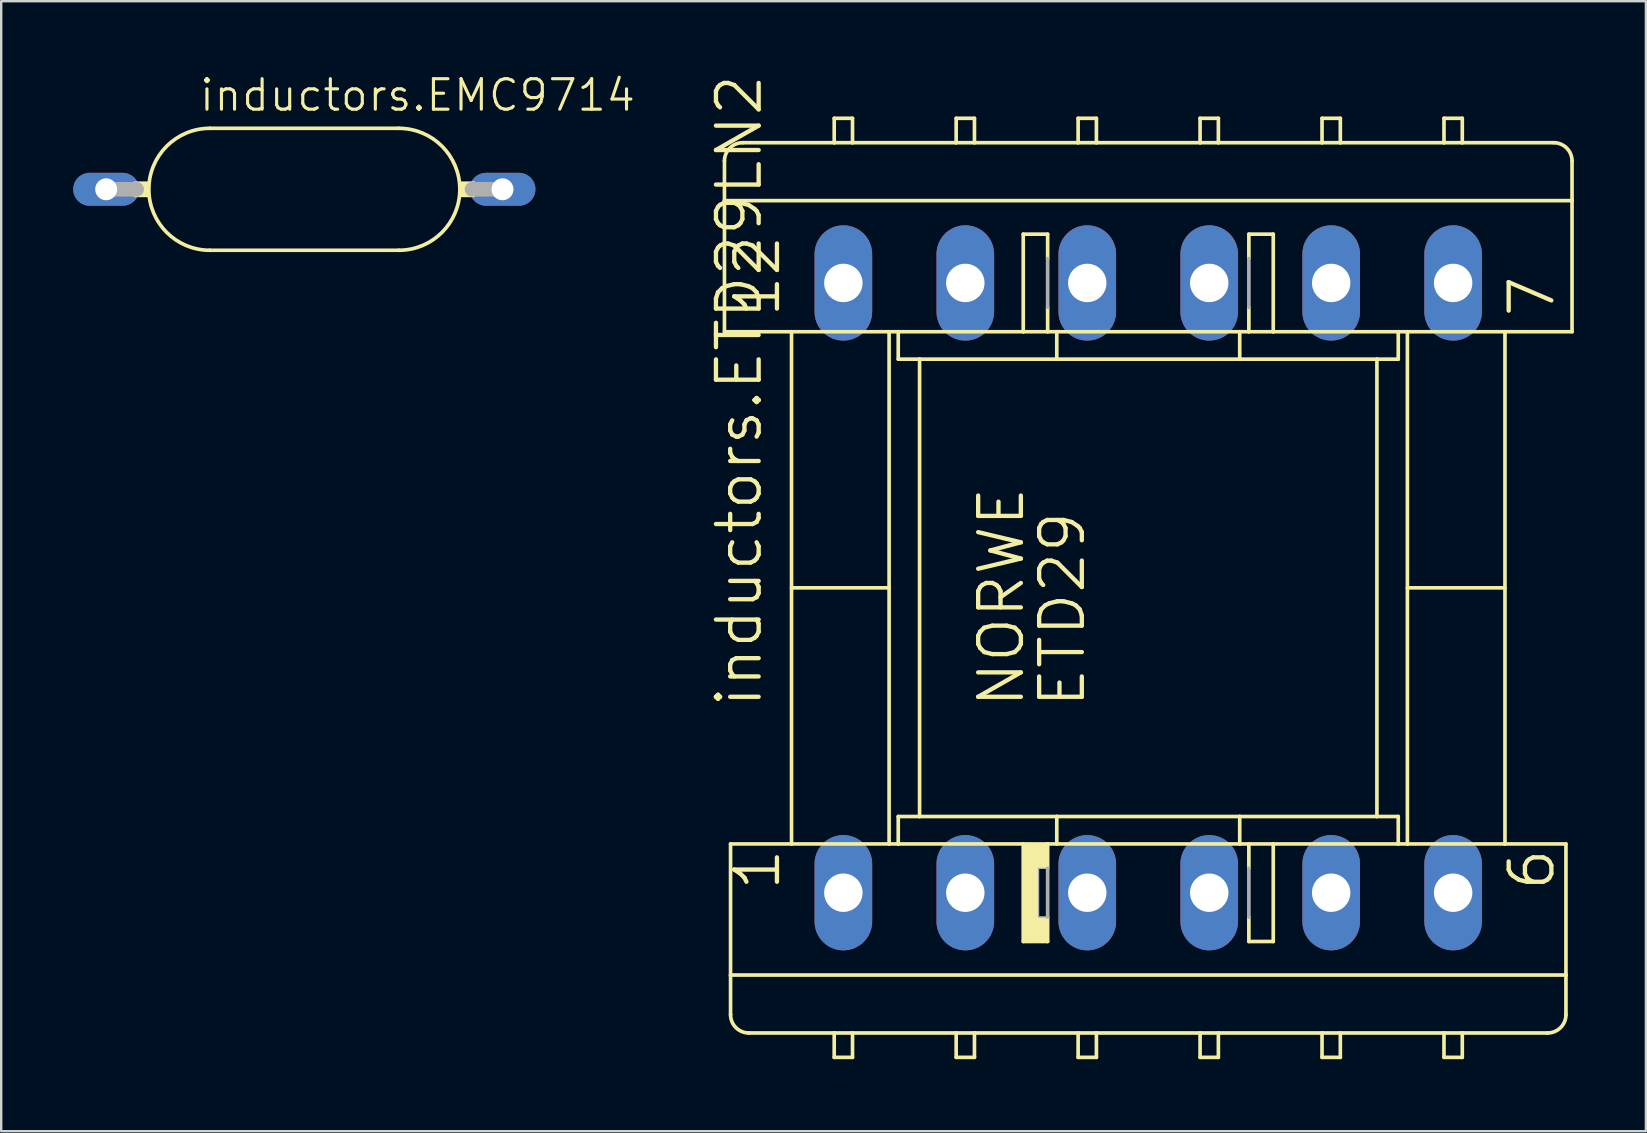
<source format=kicad_pcb>
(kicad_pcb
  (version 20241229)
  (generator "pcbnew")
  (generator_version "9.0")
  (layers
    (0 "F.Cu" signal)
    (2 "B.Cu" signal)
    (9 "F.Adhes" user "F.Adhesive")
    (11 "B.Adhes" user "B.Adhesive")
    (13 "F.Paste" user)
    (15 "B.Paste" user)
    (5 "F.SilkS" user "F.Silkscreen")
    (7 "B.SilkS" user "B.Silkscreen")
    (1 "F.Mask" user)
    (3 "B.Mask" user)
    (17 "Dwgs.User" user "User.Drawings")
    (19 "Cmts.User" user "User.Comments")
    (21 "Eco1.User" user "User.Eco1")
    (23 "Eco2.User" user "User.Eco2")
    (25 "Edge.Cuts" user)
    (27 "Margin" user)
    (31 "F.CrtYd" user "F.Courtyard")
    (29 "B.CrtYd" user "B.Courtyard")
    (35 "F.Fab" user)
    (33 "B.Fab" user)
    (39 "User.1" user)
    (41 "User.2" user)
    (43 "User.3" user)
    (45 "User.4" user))
  (footprint "inductors.EMC9714"
    (layer "F.Cu")
    (at 9.627 4.835)
    (property "Reference" "inductors.EMC9714" (at -4.445 -3.175 0) (layer "F.SilkS") (effects (font (size 1.27 1.27) (thickness 0.13)) (justify left bottom)))
    (attr through_hole)
    (fp_line (start -3.937 -2.54) (end 3.937 -2.54) (stroke (width 0.152) (type default)) (layer "F.SilkS"))
    (fp_line (start 3.937 2.54) (end -3.937 2.54) (stroke (width 0.152) (type default)) (layer "F.SilkS"))
    (fp_rect (start -7.087 0.305) (end -6.452 -0.305) (stroke (width 0.05) (type default)) (fill yes) (layer "F.SilkS"))
    (fp_rect (start 6.452 0.305) (end 7.087 -0.305) (stroke (width 0.05) (type default)) (fill yes) (layer "F.SilkS"))
    (fp_arc (start -3.937 2.54) (mid -6.477 0) (end -3.937 -2.54) (stroke (width 0.1524) (type default)) (layer "F.SilkS"))
    (fp_arc (start 3.937 -2.54) (mid 6.477 0) (end 3.937 2.54) (stroke (width 0.1524) (type default)) (layer "F.SilkS"))
    (fp_line (start -8.255 0) (end -6.985 0) (stroke (width 0.61) (type default)) (layer "F.Fab"))
    (fp_line (start 8.255 0) (end 6.985 0) (stroke (width 0.61) (type default)) (layer "F.Fab"))
    (pad "1" thru_hole oval (at -8.255 0) (size 2.743 1.372) (drill 0.914) (layers "*.Cu" "*.Mask"))
    (pad "2" thru_hole oval (at 8.255 0) (size 2.743 1.372) (drill 0.914) (layers "*.Cu" "*.Mask")))
  (footprint "inductors.ETD29LN2"
    (layer "F.Cu")
    (at 44.78 21.436)
    (property "Reference" "inductors.ETD29LN2" (at -16.002 5.08 90) (layer "F.SilkS") (effects (font (size 1.778 1.778) (thickness 0.18)) (justify left bottom)))
    (attr through_hole)
    (fp_line (start -17.653 -16.129) (end -17.653 -17.78) (stroke (width 0.152) (type default)) (layer "F.SilkS"))
    (fp_line (start -17.653 -16.129) (end 17.653 -16.129) (stroke (width 0.152) (type default)) (layer "F.SilkS"))
    (fp_line (start -17.653 -10.668) (end -17.653 -16.129) (stroke (width 0.152) (type default)) (layer "F.SilkS"))
    (fp_line (start -17.653 -10.668) (end -14.859 -10.668) (stroke (width 0.152) (type default)) (layer "F.SilkS"))
    (fp_line (start -17.399 10.668) (end -14.859 10.668) (stroke (width 0.152) (type default)) (layer "F.SilkS"))
    (fp_line (start -17.399 16.129) (end -17.399 10.668) (stroke (width 0.152) (type default)) (layer "F.SilkS"))
    (fp_line (start -17.399 17.78) (end -17.399 16.129) (stroke (width 0.152) (type default)) (layer "F.SilkS"))
    (fp_line (start -16.891 -18.542) (end -13.081 -18.542) (stroke (width 0.152) (type default)) (layer "F.SilkS"))
    (fp_line (start -14.859 -10.668) (end -10.795 -10.668) (stroke (width 0.152) (type default)) (layer "F.SilkS"))
    (fp_line (start -14.859 10.668) (end -14.859 -10.668) (stroke (width 0.152) (type default)) (layer "F.SilkS"))
    (fp_line (start -14.859 10.668) (end -10.795 10.668) (stroke (width 0.152) (type default)) (layer "F.SilkS"))
    (fp_line (start -13.081 -19.558) (end -13.081 -18.542) (stroke (width 0.152) (type default)) (layer "F.SilkS"))
    (fp_line (start -13.081 -18.542) (end -12.319 -18.542) (stroke (width 0.152) (type default)) (layer "F.SilkS"))
    (fp_line (start -13.081 18.542) (end -16.637 18.542) (stroke (width 0.152) (type default)) (layer "F.SilkS"))
    (fp_line (start -13.081 18.542) (end -13.081 19.558) (stroke (width 0.152) (type default)) (layer "F.SilkS"))
    (fp_line (start -13.081 19.558) (end -12.319 19.558) (stroke (width 0.152) (type default)) (layer "F.SilkS"))
    (fp_line (start -12.319 -19.558) (end -13.081 -19.558) (stroke (width 0.152) (type default)) (layer "F.SilkS"))
    (fp_line (start -12.319 -18.542) (end -12.319 -19.558) (stroke (width 0.152) (type default)) (layer "F.SilkS"))
    (fp_line (start -12.319 -18.542) (end -8.001 -18.542) (stroke (width 0.152) (type default)) (layer "F.SilkS"))
    (fp_line (start -12.319 18.542) (end -13.081 18.542) (stroke (width 0.152) (type default)) (layer "F.SilkS"))
    (fp_line (start -12.319 19.558) (end -12.319 18.542) (stroke (width 0.152) (type default)) (layer "F.SilkS"))
    (fp_line (start -10.795 -10.668) (end -10.414 -10.668) (stroke (width 0.152) (type default)) (layer "F.SilkS"))
    (fp_line (start -10.795 0) (end -14.859 0) (stroke (width 0.152) (type default)) (layer "F.SilkS"))
    (fp_line (start -10.795 10.668) (end -10.795 -10.668) (stroke (width 0.152) (type default)) (layer "F.SilkS"))
    (fp_line (start -10.795 10.668) (end -10.414 10.668) (stroke (width 0.152) (type default)) (layer "F.SilkS"))
    (fp_line (start -10.414 -10.668) (end -5.207 -10.668) (stroke (width 0.152) (type default)) (layer "F.SilkS"))
    (fp_line (start -10.414 -9.525) (end -10.414 -10.668) (stroke (width 0.152) (type default)) (layer "F.SilkS"))
    (fp_line (start -10.414 -9.525) (end -9.525 -9.525) (stroke (width 0.152) (type default)) (layer "F.SilkS"))
    (fp_line (start -10.414 9.525) (end -9.525 9.525) (stroke (width 0.152) (type default)) (layer "F.SilkS"))
    (fp_line (start -10.414 10.668) (end -10.414 9.525) (stroke (width 0.152) (type default)) (layer "F.SilkS"))
    (fp_line (start -10.414 10.668) (end -5.207 10.668) (stroke (width 0.152) (type default)) (layer "F.SilkS"))
    (fp_line (start -9.525 -9.525) (end -9.525 9.525) (stroke (width 0.152) (type default)) (layer "F.SilkS"))
    (fp_line (start -9.525 -9.525) (end -3.81 -9.525) (stroke (width 0.152) (type default)) (layer "F.SilkS"))
    (fp_line (start -9.525 9.525) (end -3.81 9.525) (stroke (width 0.152) (type default)) (layer "F.SilkS"))
    (fp_line (start -8.001 -19.558) (end -8.001 -18.542) (stroke (width 0.152) (type default)) (layer "F.SilkS"))
    (fp_line (start -8.001 -18.542) (end -7.239 -18.542) (stroke (width 0.152) (type default)) (layer "F.SilkS"))
    (fp_line (start -8.001 18.542) (end -12.319 18.542) (stroke (width 0.152) (type default)) (layer "F.SilkS"))
    (fp_line (start -8.001 18.542) (end -8.001 19.558) (stroke (width 0.152) (type default)) (layer "F.SilkS"))
    (fp_line (start -8.001 19.558) (end -7.239 19.558) (stroke (width 0.152) (type default)) (layer "F.SilkS"))
    (fp_line (start -7.239 -19.558) (end -8.001 -19.558) (stroke (width 0.152) (type default)) (layer "F.SilkS"))
    (fp_line (start -7.239 -18.542) (end -7.239 -19.558) (stroke (width 0.152) (type default)) (layer "F.SilkS"))
    (fp_line (start -7.239 -18.542) (end -2.921 -18.542) (stroke (width 0.152) (type default)) (layer "F.SilkS"))
    (fp_line (start -7.239 18.542) (end -8.001 18.542) (stroke (width 0.152) (type default)) (layer "F.SilkS"))
    (fp_line (start -7.239 19.558) (end -7.239 18.542) (stroke (width 0.152) (type default)) (layer "F.SilkS"))
    (fp_line (start -5.207 -14.732) (end -4.191 -14.732) (stroke (width 0.152) (type default)) (layer "F.SilkS"))
    (fp_line (start -5.207 -10.668) (end -5.207 -14.732) (stroke (width 0.152) (type default)) (layer "F.SilkS"))
    (fp_line (start -5.207 -10.668) (end -4.191 -10.668) (stroke (width 0.152) (type default)) (layer "F.SilkS"))
    (fp_line (start -5.207 10.668) (end -4.191 10.668) (stroke (width 0.152) (type default)) (layer "F.SilkS"))
    (fp_line (start -5.207 14.732) (end -5.207 10.668) (stroke (width 0.152) (type default)) (layer "F.SilkS"))
    (fp_line (start -5.207 14.732) (end -4.191 14.732) (stroke (width 0.152) (type default)) (layer "F.SilkS"))
    (fp_line (start -4.191 -13.716) (end -4.191 -14.732) (stroke (width 0.152) (type default)) (layer "F.SilkS"))
    (fp_line (start -4.191 -10.668) (end -4.191 -11.684) (stroke (width 0.152) (type default)) (layer "F.SilkS"))
    (fp_line (start -4.191 -10.668) (end -3.81 -10.668) (stroke (width 0.152) (type default)) (layer "F.SilkS"))
    (fp_line (start -4.191 10.668) (end -4.191 11.684) (stroke (width 0.152) (type default)) (layer "F.SilkS"))
    (fp_line (start -4.191 10.668) (end -3.81 10.668) (stroke (width 0.152) (type default)) (layer "F.SilkS"))
    (fp_line (start -4.191 13.716) (end -4.191 14.732) (stroke (width 0.152) (type default)) (layer "F.SilkS"))
    (fp_line (start -3.81 -10.668) (end 3.81 -10.668) (stroke (width 0.152) (type default)) (layer "F.SilkS"))
    (fp_line (start -3.81 -9.525) (end -3.81 -10.668) (stroke (width 0.152) (type default)) (layer "F.SilkS"))
    (fp_line (start -3.81 -9.525) (end 3.81 -9.525) (stroke (width 0.152) (type default)) (layer "F.SilkS"))
    (fp_line (start -3.81 9.525) (end -3.81 10.668) (stroke (width 0.152) (type default)) (layer "F.SilkS"))
    (fp_line (start -3.81 9.525) (end 3.81 9.525) (stroke (width 0.152) (type default)) (layer "F.SilkS"))
    (fp_line (start -3.81 10.668) (end 3.81 10.668) (stroke (width 0.152) (type default)) (layer "F.SilkS"))
    (fp_line (start -2.921 -19.558) (end -2.921 -18.542) (stroke (width 0.152) (type default)) (layer "F.SilkS"))
    (fp_line (start -2.921 -18.542) (end -2.159 -18.542) (stroke (width 0.152) (type default)) (layer "F.SilkS"))
    (fp_line (start -2.921 18.542) (end -7.239 18.542) (stroke (width 0.152) (type default)) (layer "F.SilkS"))
    (fp_line (start -2.921 18.542) (end -2.921 19.558) (stroke (width 0.152) (type default)) (layer "F.SilkS"))
    (fp_line (start -2.921 19.558) (end -2.159 19.558) (stroke (width 0.152) (type default)) (layer "F.SilkS"))
    (fp_line (start -2.159 -19.558) (end -2.921 -19.558) (stroke (width 0.152) (type default)) (layer "F.SilkS"))
    (fp_line (start -2.159 -18.542) (end -2.159 -19.558) (stroke (width 0.152) (type default)) (layer "F.SilkS"))
    (fp_line (start -2.159 -18.542) (end 2.159 -18.542) (stroke (width 0.152) (type default)) (layer "F.SilkS"))
    (fp_line (start -2.159 18.542) (end -2.921 18.542) (stroke (width 0.152) (type default)) (layer "F.SilkS"))
    (fp_line (start -2.159 19.558) (end -2.159 18.542) (stroke (width 0.152) (type default)) (layer "F.SilkS"))
    (fp_line (start 2.159 -19.558) (end 2.159 -18.542) (stroke (width 0.152) (type default)) (layer "F.SilkS"))
    (fp_line (start 2.159 -18.542) (end 2.921 -18.542) (stroke (width 0.152) (type default)) (layer "F.SilkS"))
    (fp_line (start 2.159 18.542) (end -2.159 18.542) (stroke (width 0.152) (type default)) (layer "F.SilkS"))
    (fp_line (start 2.159 18.542) (end 2.159 19.558) (stroke (width 0.152) (type default)) (layer "F.SilkS"))
    (fp_line (start 2.159 19.558) (end 2.921 19.558) (stroke (width 0.152) (type default)) (layer "F.SilkS"))
    (fp_line (start 2.921 -19.558) (end 2.159 -19.558) (stroke (width 0.152) (type default)) (layer "F.SilkS"))
    (fp_line (start 2.921 -18.542) (end 2.921 -19.558) (stroke (width 0.152) (type default)) (layer "F.SilkS"))
    (fp_line (start 2.921 -18.542) (end 7.239 -18.542) (stroke (width 0.152) (type default)) (layer "F.SilkS"))
    (fp_line (start 2.921 18.542) (end 2.159 18.542) (stroke (width 0.152) (type default)) (layer "F.SilkS"))
    (fp_line (start 2.921 19.558) (end 2.921 18.542) (stroke (width 0.152) (type default)) (layer "F.SilkS"))
    (fp_line (start 3.81 -10.668) (end 4.191 -10.668) (stroke (width 0.152) (type default)) (layer "F.SilkS"))
    (fp_line (start 3.81 -9.525) (end 3.81 -10.668) (stroke (width 0.152) (type default)) (layer "F.SilkS"))
    (fp_line (start 3.81 -9.525) (end 9.525 -9.525) (stroke (width 0.152) (type default)) (layer "F.SilkS"))
    (fp_line (start 3.81 9.525) (end 3.81 10.668) (stroke (width 0.152) (type default)) (layer "F.SilkS"))
    (fp_line (start 3.81 9.525) (end 9.525 9.525) (stroke (width 0.152) (type default)) (layer "F.SilkS"))
    (fp_line (start 3.81 10.668) (end 4.191 10.668) (stroke (width 0.152) (type default)) (layer "F.SilkS"))
    (fp_line (start 4.191 -14.732) (end 5.207 -14.732) (stroke (width 0.152) (type default)) (layer "F.SilkS"))
    (fp_line (start 4.191 -13.716) (end 4.191 -14.732) (stroke (width 0.152) (type default)) (layer "F.SilkS"))
    (fp_line (start 4.191 -10.668) (end 4.191 -11.684) (stroke (width 0.152) (type default)) (layer "F.SilkS"))
    (fp_line (start 4.191 -10.668) (end 5.207 -10.668) (stroke (width 0.152) (type default)) (layer "F.SilkS"))
    (fp_line (start 4.191 10.668) (end 4.191 11.684) (stroke (width 0.152) (type default)) (layer "F.SilkS"))
    (fp_line (start 4.191 10.668) (end 5.207 10.668) (stroke (width 0.152) (type default)) (layer "F.SilkS"))
    (fp_line (start 4.191 13.716) (end 4.191 14.732) (stroke (width 0.152) (type default)) (layer "F.SilkS"))
    (fp_line (start 4.191 14.732) (end 5.207 14.732) (stroke (width 0.152) (type default)) (layer "F.SilkS"))
    (fp_line (start 5.207 -10.668) (end 5.207 -14.732) (stroke (width 0.152) (type default)) (layer "F.SilkS"))
    (fp_line (start 5.207 -10.668) (end 10.414 -10.668) (stroke (width 0.152) (type default)) (layer "F.SilkS"))
    (fp_line (start 5.207 10.668) (end 5.207 14.732) (stroke (width 0.152) (type default)) (layer "F.SilkS"))
    (fp_line (start 5.207 10.668) (end 10.414 10.668) (stroke (width 0.152) (type default)) (layer "F.SilkS"))
    (fp_line (start 7.239 -19.558) (end 7.239 -18.542) (stroke (width 0.152) (type default)) (layer "F.SilkS"))
    (fp_line (start 7.239 -18.542) (end 8.001 -18.542) (stroke (width 0.152) (type default)) (layer "F.SilkS"))
    (fp_line (start 7.239 18.542) (end 2.921 18.542) (stroke (width 0.152) (type default)) (layer "F.SilkS"))
    (fp_line (start 7.239 18.542) (end 7.239 19.558) (stroke (width 0.152) (type default)) (layer "F.SilkS"))
    (fp_line (start 7.239 19.558) (end 8.001 19.558) (stroke (width 0.152) (type default)) (layer "F.SilkS"))
    (fp_line (start 8.001 -19.558) (end 7.239 -19.558) (stroke (width 0.152) (type default)) (layer "F.SilkS"))
    (fp_line (start 8.001 -18.542) (end 8.001 -19.558) (stroke (width 0.152) (type default)) (layer "F.SilkS"))
    (fp_line (start 8.001 -18.542) (end 12.319 -18.542) (stroke (width 0.152) (type default)) (layer "F.SilkS"))
    (fp_line (start 8.001 18.542) (end 7.239 18.542) (stroke (width 0.152) (type default)) (layer "F.SilkS"))
    (fp_line (start 8.001 19.558) (end 8.001 18.542) (stroke (width 0.152) (type default)) (layer "F.SilkS"))
    (fp_line (start 9.525 -9.525) (end 9.525 9.525) (stroke (width 0.152) (type default)) (layer "F.SilkS"))
    (fp_line (start 9.525 -9.525) (end 10.414 -9.525) (stroke (width 0.152) (type default)) (layer "F.SilkS"))
    (fp_line (start 9.525 9.525) (end 10.414 9.525) (stroke (width 0.152) (type default)) (layer "F.SilkS"))
    (fp_line (start 10.414 -10.668) (end 10.795 -10.668) (stroke (width 0.152) (type default)) (layer "F.SilkS"))
    (fp_line (start 10.414 -9.525) (end 10.414 -10.668) (stroke (width 0.152) (type default)) (layer "F.SilkS"))
    (fp_line (start 10.414 10.668) (end 10.414 9.525) (stroke (width 0.152) (type default)) (layer "F.SilkS"))
    (fp_line (start 10.414 10.668) (end 10.795 10.668) (stroke (width 0.152) (type default)) (layer "F.SilkS"))
    (fp_line (start 10.795 -10.668) (end 14.859 -10.668) (stroke (width 0.152) (type default)) (layer "F.SilkS"))
    (fp_line (start 10.795 0) (end 14.859 0) (stroke (width 0.152) (type default)) (layer "F.SilkS"))
    (fp_line (start 10.795 10.668) (end 10.795 -10.668) (stroke (width 0.152) (type default)) (layer "F.SilkS"))
    (fp_line (start 10.795 10.668) (end 14.859 10.668) (stroke (width 0.152) (type default)) (layer "F.SilkS"))
    (fp_line (start 12.319 -19.558) (end 12.319 -18.542) (stroke (width 0.152) (type default)) (layer "F.SilkS"))
    (fp_line (start 12.319 -18.542) (end 13.081 -18.542) (stroke (width 0.152) (type default)) (layer "F.SilkS"))
    (fp_line (start 12.319 18.542) (end 8.001 18.542) (stroke (width 0.152) (type default)) (layer "F.SilkS"))
    (fp_line (start 12.319 18.542) (end 12.319 19.558) (stroke (width 0.152) (type default)) (layer "F.SilkS"))
    (fp_line (start 12.319 19.558) (end 13.081 19.558) (stroke (width 0.152) (type default)) (layer "F.SilkS"))
    (fp_line (start 13.081 -19.558) (end 12.319 -19.558) (stroke (width 0.152) (type default)) (layer "F.SilkS"))
    (fp_line (start 13.081 -18.542) (end 13.081 -19.558) (stroke (width 0.152) (type default)) (layer "F.SilkS"))
    (fp_line (start 13.081 -18.542) (end 16.891 -18.542) (stroke (width 0.152) (type default)) (layer "F.SilkS"))
    (fp_line (start 13.081 18.542) (end 12.319 18.542) (stroke (width 0.152) (type default)) (layer "F.SilkS"))
    (fp_line (start 13.081 19.558) (end 13.081 18.542) (stroke (width 0.152) (type default)) (layer "F.SilkS"))
    (fp_line (start 14.859 -10.668) (end 17.653 -10.668) (stroke (width 0.152) (type default)) (layer "F.SilkS"))
    (fp_line (start 14.859 10.668) (end 14.859 -10.668) (stroke (width 0.152) (type default)) (layer "F.SilkS"))
    (fp_line (start 14.859 10.668) (end 17.399 10.668) (stroke (width 0.152) (type default)) (layer "F.SilkS"))
    (fp_line (start 16.637 18.542) (end 13.081 18.542) (stroke (width 0.152) (type default)) (layer "F.SilkS"))
    (fp_line (start 17.399 10.668) (end 17.399 16.129) (stroke (width 0.152) (type default)) (layer "F.SilkS"))
    (fp_line (start 17.399 16.129) (end -17.399 16.129) (stroke (width 0.152) (type default)) (layer "F.SilkS"))
    (fp_line (start 17.399 16.129) (end 17.399 17.78) (stroke (width 0.152) (type default)) (layer "F.SilkS"))
    (fp_line (start 17.653 -16.129) (end 17.653 -17.78) (stroke (width 0.152) (type default)) (layer "F.SilkS"))
    (fp_line (start 17.653 -10.668) (end 17.653 -16.129) (stroke (width 0.152) (type default)) (layer "F.SilkS"))
    (fp_rect (start -5.207 11.684) (end -4.191 10.668) (stroke (width 0.05) (type default)) (fill yes) (layer "F.SilkS"))
    (fp_rect (start -5.207 13.716) (end -4.572 11.684) (stroke (width 0.05) (type default)) (fill yes) (layer "F.SilkS"))
    (fp_rect (start -5.207 14.732) (end -4.191 13.716) (stroke (width 0.05) (type default)) (fill yes) (layer "F.SilkS"))
    (fp_arc (start -17.653 -17.78) (mid -17.429815 -18.318815) (end -16.891 -18.542) (stroke (width 0.1524) (type default)) (layer "F.SilkS"))
    (fp_arc (start -16.637 18.542) (mid -17.175815 18.318815) (end -17.399 17.78) (stroke (width 0.1524) (type default)) (layer "F.SilkS"))
    (fp_arc (start 16.891 -18.542) (mid 17.429815 -18.318815) (end 17.653 -17.78) (stroke (width 0.1524) (type default)) (layer "F.SilkS"))
    (fp_arc (start 17.399 17.78) (mid 17.175815 18.318815) (end 16.637 18.542) (stroke (width 0.1524) (type default)) (layer "F.SilkS"))
    (fp_line (start -4.191 -11.684) (end -4.191 -13.716) (stroke (width 0.152) (type default)) (layer "F.Fab"))
    (fp_line (start -4.191 11.684) (end -4.191 13.716) (stroke (width 0.152) (type default)) (layer "F.Fab"))
    (fp_line (start 4.191 -11.684) (end 4.191 -13.716) (stroke (width 0.152) (type default)) (layer "F.Fab"))
    (fp_line (start 4.191 11.684) (end 4.191 13.716) (stroke (width 0.152) (type default)) (layer "F.Fab"))
    (fp_rect (start -4.572 13.716) (end -4.191 11.684) (stroke (width 0.05) (type default)) (fill no) (layer "F.Fab"))
    (fp_text user "ETD29" (at -2.54 5.08 90) (layer "F.SilkS") (effects (font (size 1.778 1.778) (thickness 0.18)) (justify left bottom)))
    (fp_text user "6" (at 17.018 12.7 90) (layer "F.SilkS") (effects (font (size 1.778 1.778) (thickness 0.18)) (justify left bottom)))
    (fp_text user "NORWE" (at -5.08 5.08 90) (layer "F.SilkS") (effects (font (size 1.778 1.778) (thickness 0.18)) (justify left bottom)))
    (fp_text user "1" (at -15.24 12.7 90) (layer "F.SilkS") (effects (font (size 1.778 1.778) (thickness 0.18)) (justify left bottom)))
    (fp_text user "12" (at -15.24 -11.176 90) (layer "F.SilkS") (effects (font (size 1.778 1.778) (thickness 0.18)) (justify left bottom)))
    (fp_text user "7" (at 17.018 -11.176 90) (layer "F.SilkS") (effects (font (size 1.778 1.778) (thickness 0.18)) (justify left bottom)))
    (pad "1" thru_hole oval (at -12.7 12.7 90) (size 4.801 2.4) (drill 1.6) (layers "*.Cu" "*.Mask"))
    (pad "2" thru_hole oval (at -7.62 12.7 90) (size 4.801 2.4) (drill 1.6) (layers "*.Cu" "*.Mask"))
    (pad "3" thru_hole oval (at -2.54 12.7 90) (size 4.801 2.4) (drill 1.6) (layers "*.Cu" "*.Mask"))
    (pad "4" thru_hole oval (at 2.54 12.7 90) (size 4.801 2.4) (drill 1.6) (layers "*.Cu" "*.Mask"))
    (pad "5" thru_hole oval (at 7.62 12.7 90) (size 4.801 2.4) (drill 1.6) (layers "*.Cu" "*.Mask"))
    (pad "6" thru_hole oval (at 12.7 12.7 90) (size 4.801 2.4) (drill 1.6) (layers "*.Cu" "*.Mask"))
    (pad "7" thru_hole oval (at 12.7 -12.7 90) (size 4.801 2.4) (drill 1.6) (layers "*.Cu" "*.Mask"))
    (pad "8" thru_hole oval (at 7.62 -12.7 90) (size 4.801 2.4) (drill 1.6) (layers "*.Cu" "*.Mask"))
    (pad "9" thru_hole oval (at 2.54 -12.7 90) (size 4.801 2.4) (drill 1.6) (layers "*.Cu" "*.Mask"))
    (pad "10" thru_hole oval (at -2.54 -12.7 90) (size 4.801 2.4) (drill 1.6) (layers "*.Cu" "*.Mask"))
    (pad "11" thru_hole oval (at -7.62 -12.7 90) (size 4.801 2.4) (drill 1.6) (layers "*.Cu" "*.Mask"))
    (pad "12" thru_hole oval (at -12.7 -12.7 90) (size 4.801 2.4) (drill 1.6) (layers "*.Cu" "*.Mask")))
  (gr_rect
    (start -3 -3)
    (end 65.51 44.07)
    (stroke (width 0.1) (type default))
    (fill no)
    (layer "Edge.Cuts")))
</source>
